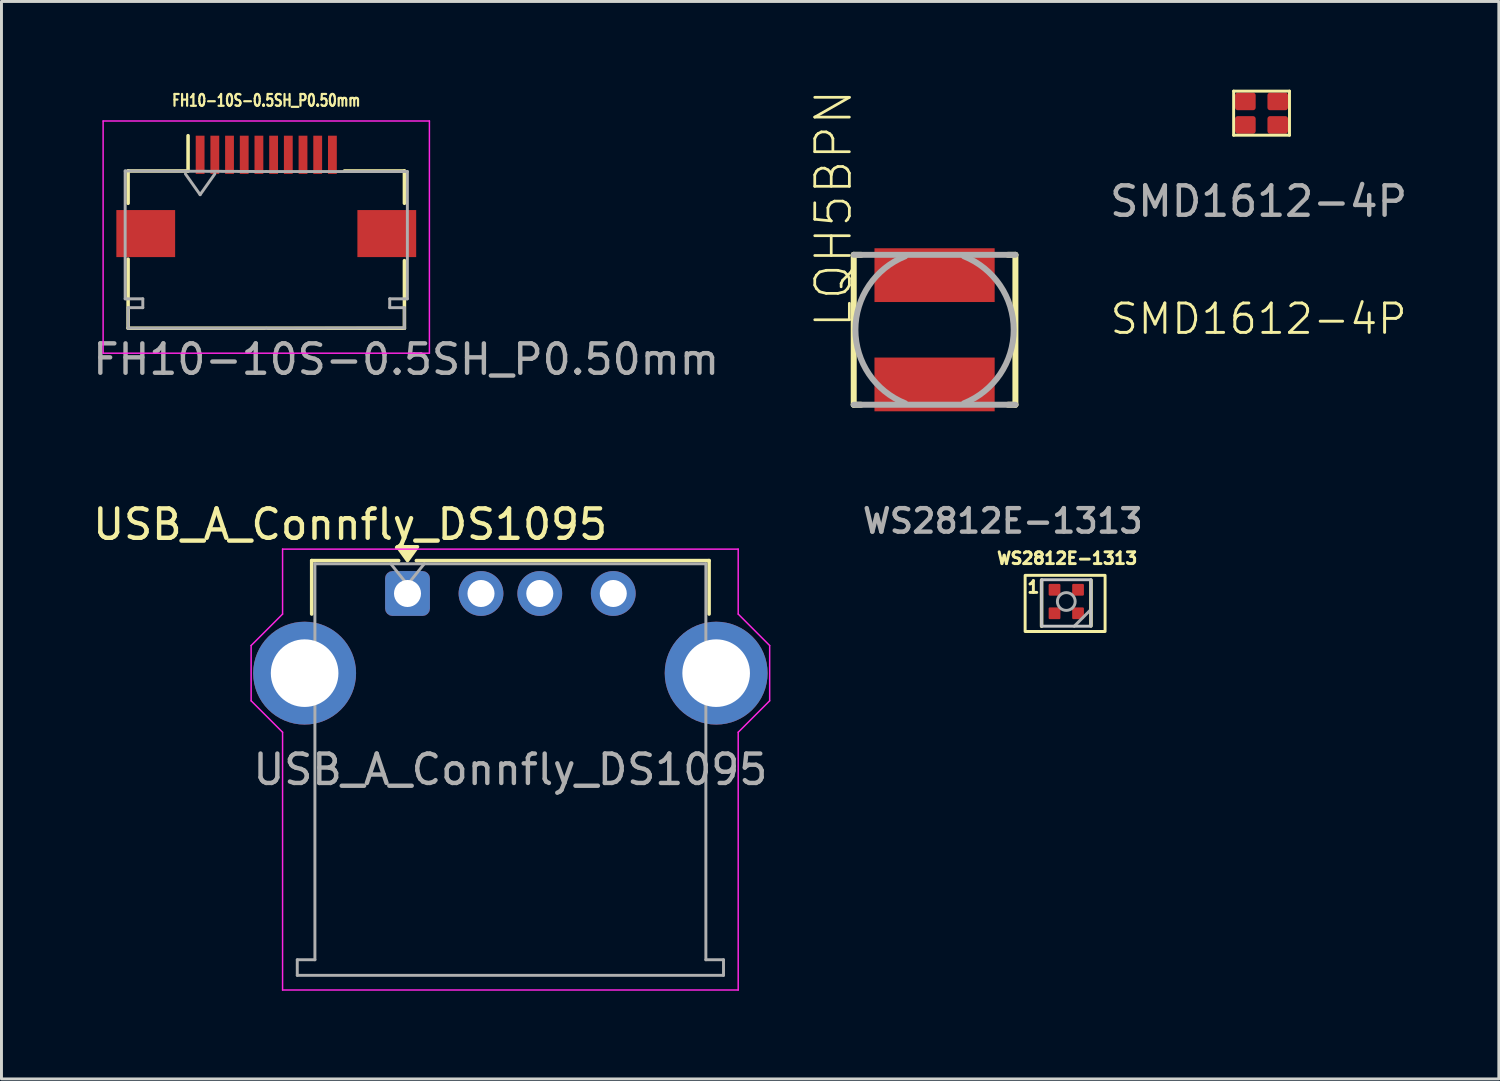
<source format=kicad_pcb>
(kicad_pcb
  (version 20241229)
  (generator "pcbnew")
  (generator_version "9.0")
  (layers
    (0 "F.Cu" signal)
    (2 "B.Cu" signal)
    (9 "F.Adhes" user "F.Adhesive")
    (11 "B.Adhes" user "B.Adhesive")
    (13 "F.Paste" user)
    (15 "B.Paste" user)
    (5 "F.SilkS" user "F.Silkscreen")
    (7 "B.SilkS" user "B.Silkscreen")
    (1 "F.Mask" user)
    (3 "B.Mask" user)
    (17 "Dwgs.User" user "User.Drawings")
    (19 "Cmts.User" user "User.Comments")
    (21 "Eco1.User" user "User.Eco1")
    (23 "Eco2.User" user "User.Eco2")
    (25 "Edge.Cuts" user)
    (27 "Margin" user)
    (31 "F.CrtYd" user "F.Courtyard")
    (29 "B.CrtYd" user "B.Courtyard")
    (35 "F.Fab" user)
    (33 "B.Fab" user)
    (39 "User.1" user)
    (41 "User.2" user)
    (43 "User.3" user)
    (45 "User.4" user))
  (footprint "SMD1612-4P"
    (layer "F.Cu")
    (at 39.867 0.8)
    (property "Reference" "SMD1612-4P" (at -0.1 7 0) (unlocked yes) (layer "F.SilkS") (effects (font (size 1 1) (thickness 0.1))))
    (attr smd)
    (fp_line (start -0.95 -0.75) (end 0.95 -0.75) (stroke (width 0.1) (type default)) (layer "F.SilkS"))
    (fp_line (start -0.95 0.75) (end -0.95 -0.75) (stroke (width 0.1) (type default)) (layer "F.SilkS"))
    (fp_line (start 0.95 -0.75) (end 0.95 0.75) (stroke (width 0.1) (type default)) (layer "F.SilkS"))
    (fp_line (start 0.95 0.75) (end -0.95 0.75) (stroke (width 0.1) (type default)) (layer "F.SilkS"))
    (fp_text user "${REFERENCE}" (at -0.1 3 0) (unlocked yes) (layer "F.Fab") (effects (font (size 1 1) (thickness 0.15))))
    (pad "1" smd roundrect (at -0.55 0.4) (size 0.7 0.6) (layers "F.Cu" "F.Mask" "F.Paste") (roundrect_rratio 0.15))
    (pad "2" smd roundrect (at -0.55 -0.4) (size 0.7 0.6) (layers "F.Cu" "F.Mask" "F.Paste") (roundrect_rratio 0.15))
    (pad "3" smd roundrect (at 0.55 -0.4) (size 0.7 0.6) (layers "F.Cu" "F.Mask" "F.Paste") (roundrect_rratio 0.15))
    (pad "4" smd roundrect (at 0.55 0.4) (size 0.7 0.6) (layers "F.Cu" "F.Mask" "F.Paste") (roundrect_rratio 0.15)))
  (footprint "FH10-10S-0.5SH_P0.50mm"
    (layer "F.Cu")
    (at 6.008 4.066)
    (property "Reference" "FH10-10S-0.5SH_P0.50mm" (at 0 -3.7 0) (layer "F.SilkS") (effects (font (size 0.4 0.3) (thickness 0.075) (bold yes))))
    (attr smd)
    (fp_line (start -4.7 -1.3) (end -4.7 -0.2) (stroke (width 0.12) (type solid)) (layer "F.SilkS"))
    (fp_line (start -4.7 1.7) (end -4.7 4.05) (stroke (width 0.12) (type solid)) (layer "F.SilkS"))
    (fp_line (start -4.7 4.05) (end 4.7 4.05) (stroke (width 0.12) (type solid)) (layer "F.SilkS"))
    (fp_line (start -2.66 -1.3) (end -4.7 -1.3) (stroke (width 0.12) (type solid)) (layer "F.SilkS"))
    (fp_line (start -2.66 -1.3) (end -2.66 -2.5) (stroke (width 0.12) (type solid)) (layer "F.SilkS"))
    (fp_line (start 2.66 -1.3) (end 4.7 -1.3) (stroke (width 0.12) (type solid)) (layer "F.SilkS"))
    (fp_line (start 4.7 -1.3) (end 4.7 -0.2) (stroke (width 0.12) (type solid)) (layer "F.SilkS"))
    (fp_line (start 4.7 4.05) (end 4.7 1.75) (stroke (width 0.12) (type solid)) (layer "F.SilkS"))
    (fp_line (start -5.55 -3) (end -5.55 4.9) (stroke (width 0.05) (type solid)) (layer "F.CrtYd"))
    (fp_line (start -5.55 4.9) (end 5.55 4.9) (stroke (width 0.05) (type solid)) (layer "F.CrtYd"))
    (fp_line (start 5.55 -3) (end -5.55 -3) (stroke (width 0.05) (type solid)) (layer "F.CrtYd"))
    (fp_line (start 5.55 4.9) (end 5.55 -3) (stroke (width 0.05) (type solid)) (layer "F.CrtYd"))
    (fp_line (start -4.8 -1.3) (end -4.8 3.05) (stroke (width 0.1) (type solid)) (layer "F.Fab"))
    (fp_line (start -4.8 3.05) (end -4.2 3.05) (stroke (width 0.1) (type solid)) (layer "F.Fab"))
    (fp_line (start -4.7 3.35) (end -4.7 4.05) (stroke (width 0.1) (type solid)) (layer "F.Fab"))
    (fp_line (start -4.7 4.05) (end 0 4.05) (stroke (width 0.1) (type solid)) (layer "F.Fab"))
    (fp_line (start -4.2 3.05) (end -4.2 3.35) (stroke (width 0.1) (type solid)) (layer "F.Fab"))
    (fp_line (start -4.2 3.35) (end -4.7 3.35) (stroke (width 0.1) (type solid)) (layer "F.Fab"))
    (fp_line (start -2.75 -1.2) (end -2.25 -0.493) (stroke (width 0.1) (type solid)) (layer "F.Fab"))
    (fp_line (start -2.25 -0.493) (end -1.75 -1.2) (stroke (width 0.1) (type solid)) (layer "F.Fab"))
    (fp_line (start 0 -1.28) (end -4.8 -1.3) (stroke (width 0.1) (type solid)) (layer "F.Fab"))
    (fp_line (start 0 -1.28) (end 4.8 -1.28) (stroke (width 0.1) (type solid)) (layer "F.Fab"))
    (fp_line (start 4.2 3.05) (end 4.2 3.35) (stroke (width 0.1) (type solid)) (layer "F.Fab"))
    (fp_line (start 4.2 3.35) (end 4.7 3.35) (stroke (width 0.1) (type solid)) (layer "F.Fab"))
    (fp_line (start 4.7 3.35) (end 4.7 4.05) (stroke (width 0.1) (type solid)) (layer "F.Fab"))
    (fp_line (start 4.7 4.04) (end 0 4.05) (stroke (width 0.1) (type solid)) (layer "F.Fab"))
    (fp_line (start 4.8 -1.28) (end 4.8 3.05) (stroke (width 0.1) (type solid)) (layer "F.Fab"))
    (fp_line (start 4.8 3.05) (end 4.2 3.05) (stroke (width 0.1) (type solid)) (layer "F.Fab"))
    (fp_text user "${REFERENCE}" (at 4.76 5.11 0) (layer "F.Fab") (effects (font (size 1 1) (thickness 0.15))))
    (pad "1" smd rect (at -2.25 -1.85) (size 0.3 1.3) (layers "F.Cu" "F.Mask" "F.Paste"))
    (pad "2" smd rect (at -1.75 -1.85) (size 0.3 1.3) (layers "F.Cu" "F.Mask" "F.Paste"))
    (pad "3" smd rect (at -1.25 -1.85) (size 0.3 1.3) (layers "F.Cu" "F.Mask" "F.Paste"))
    (pad "4" smd rect (at -0.75 -1.85) (size 0.3 1.3) (layers "F.Cu" "F.Mask" "F.Paste"))
    (pad "5" smd rect (at -0.25 -1.85) (size 0.3 1.3) (layers "F.Cu" "F.Mask" "F.Paste"))
    (pad "6" smd rect (at 0.25 -1.85) (size 0.3 1.3) (layers "F.Cu" "F.Mask" "F.Paste"))
    (pad "7" smd rect (at 0.75 -1.85) (size 0.3 1.3) (layers "F.Cu" "F.Mask" "F.Paste"))
    (pad "8" smd rect (at 1.25 -1.85) (size 0.3 1.3) (layers "F.Cu" "F.Mask" "F.Paste"))
    (pad "9" smd rect (at 1.75 -1.85) (size 0.3 1.3) (layers "F.Cu" "F.Mask" "F.Paste"))
    (pad "10" smd rect (at 2.25 -1.85) (size 0.3 1.3) (layers "F.Cu" "F.Mask" "F.Paste"))
    (pad "MP" smd rect (at -4.1 0.83) (size 2 1.6) (layers "F.Cu" "F.Mask" "F.Paste"))
    (pad "MP" smd rect (at 4.1 0.83) (size 2 1.6) (layers "F.Cu" "F.Mask" "F.Paste")))
  (footprint "USB_A_Connfly_DS1095"
    (layer "F.Cu")
    (at 10.813 17.14)
    (property "Reference" "USB_A_Connfly_DS1095" (at -1.95 -2.35 0) (layer "F.SilkS") (effects (font (size 1 1) (thickness 0.15))))
    (attr through_hole)
    (fp_line (start -3.26 -1.12) (end -0.3 -1.12) (stroke (width 0.12) (type solid)) (layer "F.SilkS"))
    (fp_line (start -3.26 0.7) (end -3.26 -1.12) (stroke (width 0.12) (type solid)) (layer "F.SilkS"))
    (fp_line (start 0.3 -1.12) (end 10.26 -1.12) (stroke (width 0.12) (type solid)) (layer "F.SilkS"))
    (fp_line (start 10.26 0.7) (end 10.26 -1.12) (stroke (width 0.12) (type solid)) (layer "F.SilkS"))
    (fp_poly (pts (xy 0 -1.12) (xy -0.34 -1.59) (xy 0.34 -1.59)) (stroke (width 0.12) (type solid)) (fill yes) (layer "F.SilkS"))
    (fp_line (start -5.32 1.77) (end -5.32 3.65) (stroke (width 0.05) (type solid)) (layer "F.CrtYd"))
    (fp_line (start -5.32 1.77) (end -4.25 0.7) (stroke (width 0.05) (type default)) (layer "F.CrtYd"))
    (fp_line (start -4.25 -1.51) (end -4.25 0.7) (stroke (width 0.05) (type default)) (layer "F.CrtYd"))
    (fp_line (start -4.25 -1.51) (end 11.25 -1.51) (stroke (width 0.05) (type solid)) (layer "F.CrtYd"))
    (fp_line (start -4.25 4.72) (end -5.32 3.65) (stroke (width 0.05) (type default)) (layer "F.CrtYd"))
    (fp_line (start -4.25 4.72) (end -4.25 13.49) (stroke (width 0.05) (type solid)) (layer "F.CrtYd"))
    (fp_line (start 11.25 -1.51) (end 11.25 0.7) (stroke (width 0.05) (type default)) (layer "F.CrtYd"))
    (fp_line (start 11.25 4.72) (end 11.25 13.49) (stroke (width 0.05) (type solid)) (layer "F.CrtYd"))
    (fp_line (start 11.25 4.72) (end 12.32 3.65) (stroke (width 0.05) (type default)) (layer "F.CrtYd"))
    (fp_line (start 11.25 13.49) (end -4.25 13.49) (stroke (width 0.05) (type solid)) (layer "F.CrtYd"))
    (fp_line (start 12.32 1.77) (end 11.25 0.7) (stroke (width 0.05) (type default)) (layer "F.CrtYd"))
    (fp_line (start 12.32 1.77) (end 12.32 3.65) (stroke (width 0.05) (type solid)) (layer "F.CrtYd"))
    (fp_line (start -3.75 12.46) (end -3.75 12.99) (stroke (width 0.1) (type solid)) (layer "F.Fab"))
    (fp_line (start -3.75 12.99) (end 10.75 12.99) (stroke (width 0.1) (type solid)) (layer "F.Fab"))
    (fp_line (start -3.15 -1.01) (end -3.15 12.46) (stroke (width 0.1) (type solid)) (layer "F.Fab"))
    (fp_line (start -3.15 -1.01) (end 10.15 -1.01) (stroke (width 0.1) (type solid)) (layer "F.Fab"))
    (fp_line (start -3.15 12.46) (end -3.75 12.46) (stroke (width 0.1) (type default)) (layer "F.Fab"))
    (fp_line (start -0.57 -1.01) (end 0 -0.3) (stroke (width 0.1) (type default)) (layer "F.Fab"))
    (fp_line (start 0.57 -1.01) (end 0 -0.3) (stroke (width 0.1) (type default)) (layer "F.Fab"))
    (fp_line (start 10.15 -1.01) (end 10.15 12.46) (stroke (width 0.1) (type solid)) (layer "F.Fab"))
    (fp_line (start 10.15 12.46) (end 10.75 12.46) (stroke (width 0.1) (type default)) (layer "F.Fab"))
    (fp_line (start 10.75 12.46) (end 10.75 12.99) (stroke (width 0.1) (type default)) (layer "F.Fab"))
    (fp_text user "${REFERENCE}" (at 3.5 5.99 0) (layer "F.Fab") (effects (font (size 1 1) (thickness 0.15))))
    (pad "1" thru_hole roundrect (at 0 0) (size 1.524 1.524) (drill 0.92) (layers "*.Cu" "*.Mask") (roundrect_rratio 0.164))
    (pad "2" thru_hole circle (at 2.5 0) (size 1.524 1.524) (drill 0.92) (layers "*.Cu" "*.Mask"))
    (pad "3" thru_hole circle (at 4.5 0) (size 1.524 1.524) (drill 0.92) (layers "*.Cu" "*.Mask"))
    (pad "4" thru_hole circle (at 7 0) (size 1.524 1.524) (drill 0.92) (layers "*.Cu" "*.Mask"))
    (pad "5" thru_hole circle (at -3.5 2.71) (size 3.5 3.5) (drill 2.3) (layers "*.Cu" "*.Mask"))
    (pad "5" thru_hole circle (at 10.5 2.71) (size 3.5 3.5) (drill 2.3) (layers "*.Cu" "*.Mask")))
  (footprint "LQH5BPN"
    (layer "F.Cu")
    (at 28.743 8.169)
    (property "Reference" "LQH5BPN" (at -2.75 0 90) (unlocked yes) (layer "F.SilkS") (effects (font (size 1.177 1.177) (thickness 0.093)) (justify left bottom)))
    (fp_line (start -2.75 -2.55) (end -2.75 2.55) (stroke (width 0.203) (type solid)) (layer "F.SilkS"))
    (fp_line (start -2.75 2.55) (end -2.5 2.55) (stroke (width 0.203) (type solid)) (layer "F.SilkS"))
    (fp_line (start -2.5 -2.55) (end -2.75 -2.55) (stroke (width 0.203) (type solid)) (layer "F.SilkS"))
    (fp_line (start 2.5 2.55) (end 2.75 2.55) (stroke (width 0.203) (type solid)) (layer "F.SilkS"))
    (fp_line (start 2.75 -2.55) (end 2.5 -2.55) (stroke (width 0.203) (type solid)) (layer "F.SilkS"))
    (fp_line (start 2.75 -2.55) (end 2.75 2.55) (stroke (width 0.203) (type solid)) (layer "F.SilkS"))
    (fp_line (start -2.75 2.55) (end 2.75 2.55) (stroke (width 0.203) (type solid)) (layer "F.Fab"))
    (fp_line (start 2.75 -2.55) (end -2.75 -2.55) (stroke (width 0.203) (type solid)) (layer "F.Fab"))
    (fp_arc (start -1 2.5) (mid -2.692582 0) (end -1 -2.5) (stroke (width 0.2032) (type solid)) (layer "F.Fab"))
    (fp_arc (start 1 -2.5) (mid 2.692582 0) (end 1 2.5) (stroke (width 0.2032) (type solid)) (layer "F.Fab"))
    (pad "1" smd rect (at 0 1.859) (size 4.089 1.829) (layers "F.Cu" "F.Mask" "F.Paste"))
    (pad "2" smd rect (at 0 -1.859) (size 4.089 1.829) (layers "F.Cu" "F.Mask" "F.Paste")))
  (footprint "WS2812E-1313"
    (layer "F.Cu")
    (at 33.224 17.413)
    (property "Reference" "WS2812E-1313" (at 0.03 -1.47 0) (layer "F.SilkS") (effects (font (size 0.4 0.4) (thickness 0.1))))
    (attr smd)
    (fp_line (start -0.84 0.84) (end -0.84 -0.73) (stroke (width 0.12) (type default)) (layer "F.SilkS"))
    (fp_line (start 0.84 0.83) (end 0.84 -0.73) (stroke (width 0.12) (type default)) (layer "F.SilkS"))
    (fp_rect (start -1.4 -0.89) (end 1.32 1.02) (stroke (width 0.1) (type default)) (fill no) (layer "F.SilkS"))
    (fp_rect (start -0.84 -0.74) (end 0.84 0.84) (stroke (width 0.1) (type default)) (fill no) (layer "Dwgs.User"))
    (fp_line (start 0.84 0.27) (end 0.27 0.84) (stroke (width 0.1) (type solid)) (layer "F.Fab"))
    (fp_circle (center 0 0) (end -0.04 -0.3) (stroke (width 0.1) (type solid)) (fill no) (layer "F.Fab"))
    (fp_text user "1" (at -1.12 -0.49 0) (unlocked yes) (layer "F.SilkS") (effects (font (size 0.4 0.4) (thickness 0.1))))
    (fp_text user "${REFERENCE}" (at -2.16 -2.74 0) (layer "F.Fab") (effects (font (size 0.8 0.8) (thickness 0.15))))
    (pad "1" smd roundrect (at -0.4 -0.4) (size 0.4 0.4) (layers "F.Cu" "F.Mask" "F.Paste") (roundrect_rratio 0.1))
    (pad "2" smd roundrect (at -0.4 0.4) (size 0.4 0.4) (layers "F.Cu" "F.Mask" "F.Paste") (roundrect_rratio 0.1))
    (pad "3" smd roundrect (at 0.4 0.4) (size 0.4 0.4) (layers "F.Cu" "F.Mask" "F.Paste") (roundrect_rratio 0.1))
    (pad "4" smd roundrect (at 0.4 -0.4) (size 0.4 0.4) (layers "F.Cu" "F.Mask" "F.Paste") (roundrect_rratio 0.1)))
  (gr_rect
    (start -3 -3)
    (end 47.939 33.655)
    (stroke (width 0.1) (type default))
    (fill no)
    (layer "Edge.Cuts")))
</source>
